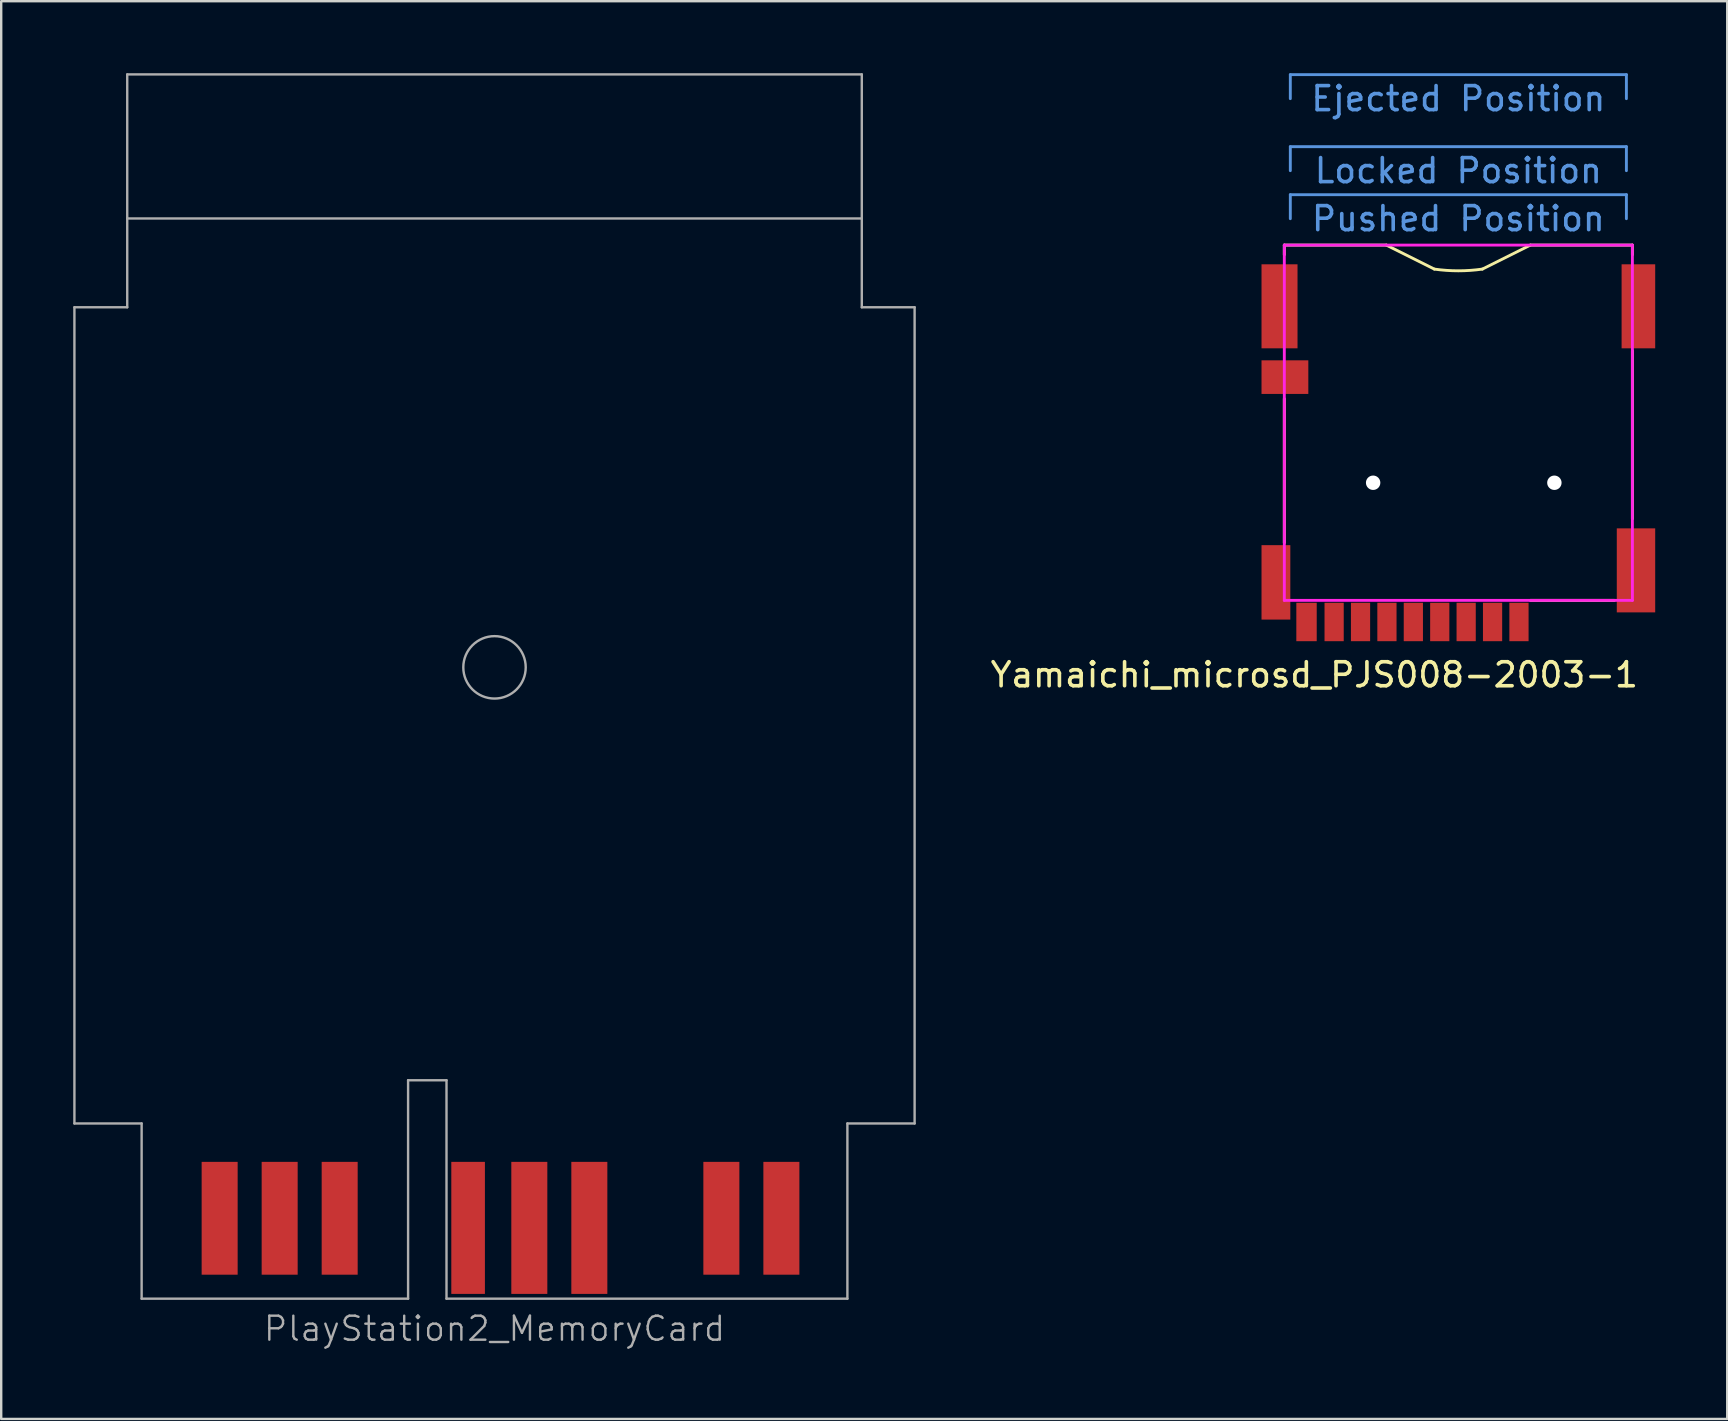
<source format=kicad_pcb>
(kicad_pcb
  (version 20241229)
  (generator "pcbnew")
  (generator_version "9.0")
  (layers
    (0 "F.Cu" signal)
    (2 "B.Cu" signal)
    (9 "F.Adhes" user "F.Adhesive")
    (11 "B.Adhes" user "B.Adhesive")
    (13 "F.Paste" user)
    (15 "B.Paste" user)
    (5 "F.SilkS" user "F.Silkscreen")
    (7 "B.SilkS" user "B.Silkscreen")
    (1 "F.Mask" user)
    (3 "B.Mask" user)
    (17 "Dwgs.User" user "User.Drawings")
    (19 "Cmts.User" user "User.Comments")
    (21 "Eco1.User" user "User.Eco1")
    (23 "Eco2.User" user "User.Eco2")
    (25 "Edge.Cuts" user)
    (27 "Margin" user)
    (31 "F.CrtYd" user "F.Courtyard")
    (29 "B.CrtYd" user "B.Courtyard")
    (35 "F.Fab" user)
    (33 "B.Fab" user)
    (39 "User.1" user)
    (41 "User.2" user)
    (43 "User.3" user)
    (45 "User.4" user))
  (footprint "Yamaichi_microsd_PJS008-2003-1"
    (layer "F.Cu")
    (at 57.701 17.06)
    (property "Reference" "Yamaichi_microsd_PJS008-2003-1" (at -6 8 0) (layer "F.SilkS") (effects (font (size 1 1) (thickness 0.15))))
    (attr through_hole)
    (fp_line (start -7.25 -9.9) (end -7.25 -9.5) (stroke (width 0.12) (type solid)) (layer "F.SilkS"))
    (fp_line (start -7.25 -9.9) (end -3 -9.9) (stroke (width 0.12) (type solid)) (layer "F.SilkS"))
    (fp_line (start -7.25 2.5) (end -7.25 -3.5) (stroke (width 0.12) (type solid)) (layer "F.SilkS"))
    (fp_line (start -1 -8.9) (end -3 -9.9) (stroke (width 0.12) (type solid)) (layer "F.SilkS"))
    (fp_line (start 1 -8.9) (end 3 -9.9) (stroke (width 0.12) (type solid)) (layer "F.SilkS"))
    (fp_line (start 3 -9.9) (end 7.25 -9.9) (stroke (width 0.12) (type solid)) (layer "F.SilkS"))
    (fp_line (start 3 4.9) (end 6.5 4.9) (stroke (width 0.12) (type solid)) (layer "F.SilkS"))
    (fp_line (start 7.25 -9.5) (end 7.25 -9.9) (stroke (width 0.12) (type solid)) (layer "F.SilkS"))
    (fp_line (start 7.25 1.5) (end 7.25 -5.5) (stroke (width 0.12) (type solid)) (layer "F.SilkS"))
    (fp_arc (start 1 -8.9) (mid 0 -8.828932) (end -1 -8.9) (stroke (width 0.12) (type solid)) (layer "F.SilkS"))
    (fp_line (start -7 -17) (end -7 -16) (stroke (width 0.12) (type solid)) (layer "Cmts.User"))
    (fp_line (start -7 -14) (end -7 -13) (stroke (width 0.12) (type solid)) (layer "Cmts.User"))
    (fp_line (start -7 -14) (end 7 -14) (stroke (width 0.12) (type solid)) (layer "Cmts.User"))
    (fp_line (start -7 -12) (end -7 -11) (stroke (width 0.12) (type solid)) (layer "Cmts.User"))
    (fp_line (start -7 -12) (end 7 -12) (stroke (width 0.12) (type solid)) (layer "Cmts.User"))
    (fp_line (start 7 -17) (end -7 -17) (stroke (width 0.12) (type solid)) (layer "Cmts.User"))
    (fp_line (start 7 -17) (end 7 -16) (stroke (width 0.12) (type solid)) (layer "Cmts.User"))
    (fp_line (start 7 -14) (end 7 -13) (stroke (width 0.12) (type solid)) (layer "Cmts.User"))
    (fp_line (start 7 -12) (end 7 -11) (stroke (width 0.12) (type solid)) (layer "Cmts.User"))
    (fp_line (start -7.25 -9.9) (end 7.25 -9.9) (stroke (width 0.12) (type solid)) (layer "F.CrtYd"))
    (fp_line (start -7.25 4.9) (end -7.25 -9.9) (stroke (width 0.12) (type solid)) (layer "F.CrtYd"))
    (fp_line (start 7.25 -9.9) (end 7.25 4.9) (stroke (width 0.12) (type solid)) (layer "F.CrtYd"))
    (fp_line (start 7.25 4.9) (end -7.25 4.9) (stroke (width 0.12) (type solid)) (layer "F.CrtYd"))
    (fp_text user "Locked Position" (at 0 -13 0) (layer "Cmts.User") (effects (font (size 1 1) (thickness 0.15))))
    (fp_text user "Pushed Position" (at 0 -11 0) (layer "Cmts.User") (effects (font (size 1 1) (thickness 0.15))))
    (fp_text user "Ejected Position" (at 0 -16 0) (layer "Cmts.User") (effects (font (size 1 1) (thickness 0.15))))
    (pad "" np_thru_hole circle (at -3.55 0) (size 0.6 0.6) (drill 0.6) (layers "*.Cu" "*.Mask"))
    (pad "" np_thru_hole circle (at 4 0) (size 0.6 0.6) (drill 0.6) (layers "*.Cu" "*.Mask"))
    (pad "1" smd rect (at 2.525 5.8) (size 0.8 1.6) (layers "F.Cu" "F.Mask" "F.Paste"))
    (pad "2" smd rect (at 1.425 5.8) (size 0.8 1.6) (layers "F.Cu" "F.Mask" "F.Paste"))
    (pad "3" smd rect (at 0.325 5.8) (size 0.8 1.6) (layers "F.Cu" "F.Mask" "F.Paste"))
    (pad "4" smd rect (at -0.775 5.8) (size 0.8 1.6) (layers "F.Cu" "F.Mask" "F.Paste"))
    (pad "5" smd rect (at -1.875 5.8) (size 0.8 1.6) (layers "F.Cu" "F.Mask" "F.Paste"))
    (pad "6" smd rect (at -2.975 5.8) (size 0.8 1.6) (layers "F.Cu" "F.Mask" "F.Paste"))
    (pad "7" smd rect (at -4.075 5.8) (size 0.8 1.6) (layers "F.Cu" "F.Mask" "F.Paste"))
    (pad "8" smd rect (at -5.175 5.8) (size 0.8 1.6) (layers "F.Cu" "F.Mask" "F.Paste"))
    (pad "9" smd rect (at -6.325 5.8) (size 0.85 1.6) (layers "F.Cu" "F.Mask" "F.Paste"))
    (pad "10" smd rect (at -7.225 -4.4) (size 1.95 1.4) (layers "F.Cu" "F.Mask" "F.Paste"))
    (pad "11" smd rect (at -7.6 4.15) (size 1.2 3.1) (layers "F.Cu" "F.Mask" "F.Paste"))
    (pad "11" smd rect (at -7.45 -7.35) (size 1.5 3.5) (layers "F.Cu" "F.Mask" "F.Paste"))
    (pad "11" smd rect (at 7.4 3.65) (size 1.6 3.5) (layers "F.Cu" "F.Mask" "F.Paste"))
    (pad "11" smd rect (at 7.5 -7.35) (size 1.4 3.5) (layers "F.Cu" "F.Mask" "F.Paste")))
  (footprint "PlayStation2_MemoryCard"
    (layer "F.Cu")
    (at 17.55 51.05)
    (property "Reference" "PlayStation2_MemoryCard" (at 0 1.25 0) (layer "F.Fab") (effects (font (size 1 1) (thickness 0.1))))
    (attr through_hole)
    (fp_line (start -17.5 -41.3) (end -15.3 -41.3) (stroke (width 0.1) (type solid)) (layer "F.Fab"))
    (fp_line (start -17.5 -7.3) (end -17.5 -41.3) (stroke (width 0.1) (type solid)) (layer "F.Fab"))
    (fp_line (start -15.3 -45) (end 15.3 -45) (stroke (width 0.1) (type solid)) (layer "F.Fab"))
    (fp_line (start -15.3 -41.3) (end -15.3 -51) (stroke (width 0.1) (type solid)) (layer "F.Fab"))
    (fp_line (start -14.7 -7.3) (end -17.5 -7.3) (stroke (width 0.1) (type solid)) (layer "F.Fab"))
    (fp_line (start -14.7 0) (end -14.7 -7.3) (stroke (width 0.1) (type solid)) (layer "F.Fab"))
    (fp_line (start -14.7 0) (end -3.6 0) (stroke (width 0.1) (type solid)) (layer "F.Fab"))
    (fp_line (start -3.6 -9.1) (end -2 -9.1) (stroke (width 0.1) (type solid)) (layer "F.Fab"))
    (fp_line (start -3.6 0) (end -3.6 -9.1) (stroke (width 0.1) (type solid)) (layer "F.Fab"))
    (fp_line (start -2 -9.1) (end -2 0) (stroke (width 0.1) (type solid)) (layer "F.Fab"))
    (fp_line (start -2 0) (end 14.7 0) (stroke (width 0.1) (type solid)) (layer "F.Fab"))
    (fp_line (start 14.7 -7.3) (end 17.5 -7.3) (stroke (width 0.1) (type solid)) (layer "F.Fab"))
    (fp_line (start 14.7 0) (end 14.7 -7.3) (stroke (width 0.1) (type solid)) (layer "F.Fab"))
    (fp_line (start 15.3 -51) (end -15.3 -51) (stroke (width 0.1) (type solid)) (layer "F.Fab"))
    (fp_line (start 15.3 -41.3) (end 15.3 -51) (stroke (width 0.1) (type solid)) (layer "F.Fab"))
    (fp_line (start 17.5 -41.3) (end 15.3 -41.3) (stroke (width 0.1) (type solid)) (layer "F.Fab"))
    (fp_line (start 17.5 -7.3) (end 17.5 -41.3) (stroke (width 0.1) (type solid)) (layer "F.Fab"))
    (fp_circle (center 0 -26.3) (end 1.3 -26.3) (stroke (width 0.1) (type solid)) (fill no) (layer "F.Fab"))
    (pad "1" smd rect (at 11.95 -3.35) (size 1.5 4.7) (layers "F.Cu" "F.Mask"))
    (pad "2" smd rect (at 9.45 -3.35) (size 1.5 4.7) (layers "F.Cu" "F.Mask"))
    (pad "3" smd rect (at 3.95 -2.95) (size 1.5 5.5) (layers "F.Cu" "F.Mask"))
    (pad "4" smd rect (at 1.45 -2.95) (size 1.5 5.5) (layers "F.Cu" "F.Mask"))
    (pad "5" smd rect (at -1.1 -2.95) (size 1.4 5.5) (layers "F.Cu" "F.Mask"))
    (pad "6" smd rect (at -6.45 -3.35) (size 1.5 4.7) (layers "F.Cu" "F.Mask"))
    (pad "7" smd rect (at -8.95 -3.35) (size 1.5 4.7) (layers "F.Cu" "F.Mask"))
    (pad "8" smd rect (at -11.45 -3.35) (size 1.5 4.7) (layers "F.Cu" "F.Mask")))
  (gr_rect
    (start -3 -3)
    (end 68.901 56.06)
    (stroke (width 0.1) (type default))
    (fill no)
    (layer "Edge.Cuts")))
</source>
